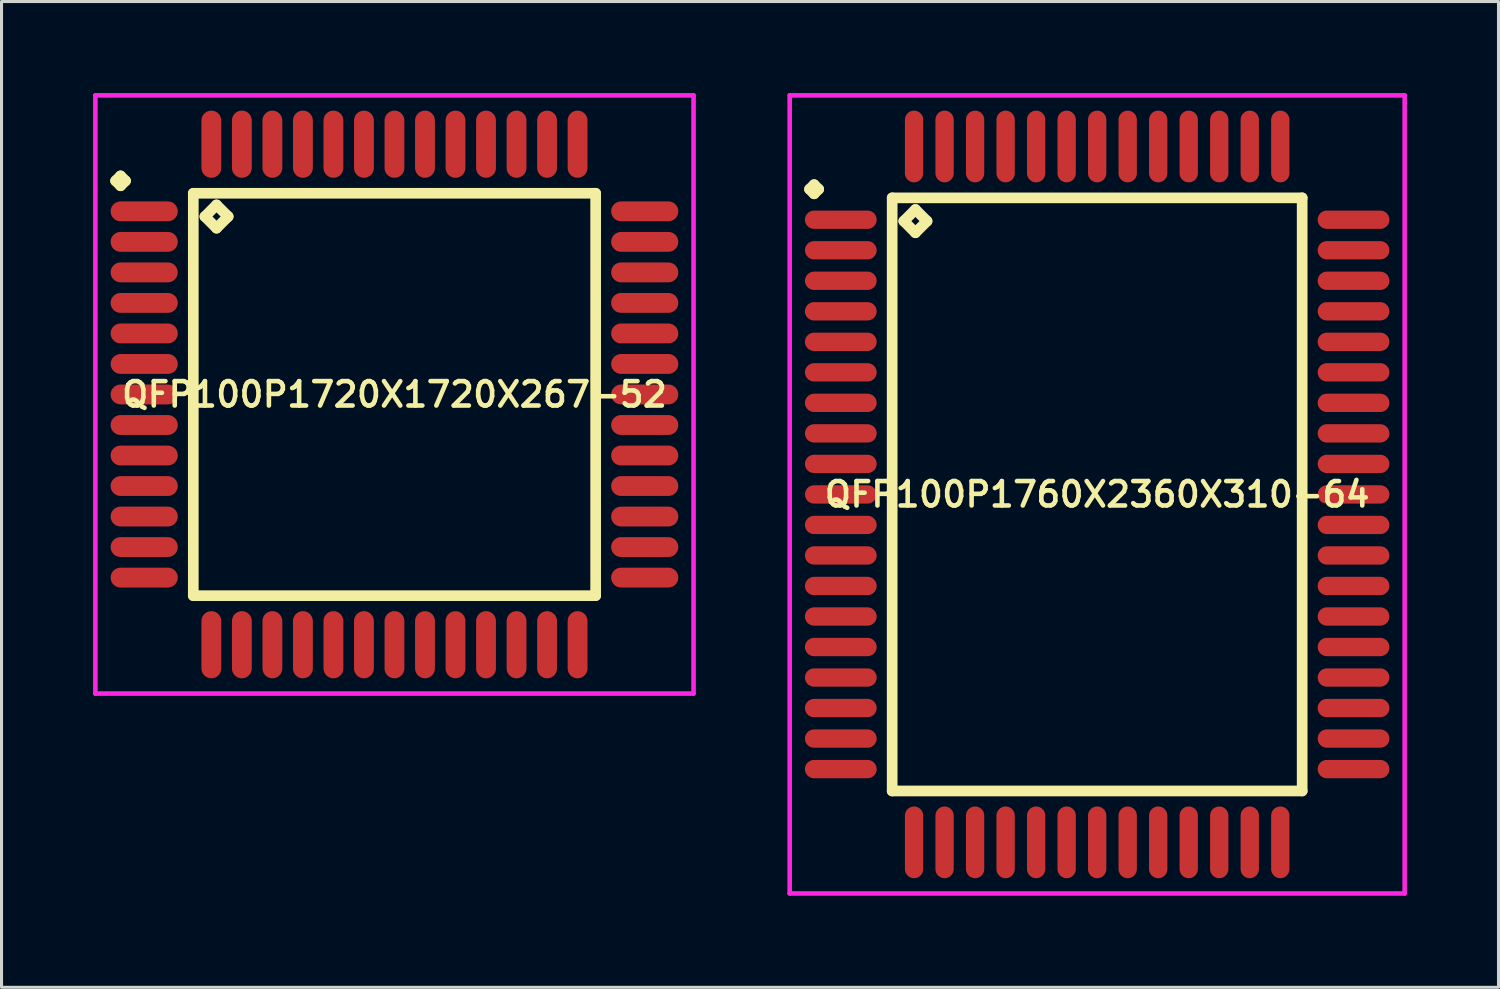
<source format=kicad_pcb>
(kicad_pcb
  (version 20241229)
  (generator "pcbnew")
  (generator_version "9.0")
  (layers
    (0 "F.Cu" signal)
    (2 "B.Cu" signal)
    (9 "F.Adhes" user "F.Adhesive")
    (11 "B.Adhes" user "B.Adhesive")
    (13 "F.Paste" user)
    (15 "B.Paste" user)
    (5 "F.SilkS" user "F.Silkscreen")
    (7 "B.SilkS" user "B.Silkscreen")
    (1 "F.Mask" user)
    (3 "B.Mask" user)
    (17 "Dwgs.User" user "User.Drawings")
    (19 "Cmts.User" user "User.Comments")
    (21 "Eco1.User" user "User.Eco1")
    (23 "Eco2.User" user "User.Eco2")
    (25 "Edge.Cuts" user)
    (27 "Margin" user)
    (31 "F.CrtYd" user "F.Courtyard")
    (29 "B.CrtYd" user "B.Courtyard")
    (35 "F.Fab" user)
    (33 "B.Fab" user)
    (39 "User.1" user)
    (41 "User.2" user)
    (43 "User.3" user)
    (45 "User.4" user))
  (footprint "QFP100P1720X1720X267-52"
    (layer "F.Cu")
    (at 9.875 9.875)
    (property "Reference" "QFP100P1720X1720X267-52" (at 0 0 0) (layer "F.SilkS") (effects (font (size 0.8 0.8) (thickness 0.15))))
    (attr smd)
    (fp_line (start -9.137 -7) (end -8.975 -7.162) (stroke (width 0.35) (type solid)) (layer "F.SilkS"))
    (fp_line (start -8.975 -7.162) (end -8.812 -7) (stroke (width 0.35) (type solid)) (layer "F.SilkS"))
    (fp_line (start -8.975 -6.838) (end -9.137 -7) (stroke (width 0.35) (type solid)) (layer "F.SilkS"))
    (fp_line (start -8.812 -7) (end -8.975 -6.838) (stroke (width 0.35) (type solid)) (layer "F.SilkS"))
    (fp_line (start -6.592 -6.592) (end -6.592 6.592) (stroke (width 0.35) (type solid)) (layer "F.SilkS"))
    (fp_line (start -6.592 6.592) (end 6.592 6.592) (stroke (width 0.35) (type solid)) (layer "F.SilkS"))
    (fp_line (start -6.211 -5.83) (end -5.83 -6.211) (stroke (width 0.35) (type solid)) (layer "F.SilkS"))
    (fp_line (start -5.83 -6.211) (end -5.449 -5.83) (stroke (width 0.35) (type solid)) (layer "F.SilkS"))
    (fp_line (start -5.83 -5.449) (end -6.211 -5.83) (stroke (width 0.35) (type solid)) (layer "F.SilkS"))
    (fp_line (start -5.449 -5.83) (end -5.83 -5.449) (stroke (width 0.35) (type solid)) (layer "F.SilkS"))
    (fp_line (start 6.592 -6.592) (end -6.592 -6.592) (stroke (width 0.35) (type solid)) (layer "F.SilkS"))
    (fp_line (start 6.592 6.592) (end 6.592 -6.592) (stroke (width 0.35) (type solid)) (layer "F.SilkS"))
    (fp_line (start -9.8 -9.8) (end 9.8 -9.8) (stroke (width 0.15) (type solid)) (layer "F.CrtYd"))
    (fp_line (start -9.8 9.8) (end -9.8 -9.8) (stroke (width 0.15) (type solid)) (layer "F.CrtYd"))
    (fp_line (start 9.8 -9.8) (end 9.8 9.8) (stroke (width 0.15) (type solid)) (layer "F.CrtYd"))
    (fp_line (start 9.8 9.8) (end -9.8 9.8) (stroke (width 0.15) (type solid)) (layer "F.CrtYd"))
    (pad "1" smd oval (at -8.2 -6) (size 2.2 0.65) (layers "F.Cu" "F.Mask" "F.Paste"))
    (pad "2" smd oval (at -8.2 -5) (size 2.2 0.65) (layers "F.Cu" "F.Mask" "F.Paste"))
    (pad "3" smd oval (at -8.2 -4) (size 2.2 0.65) (layers "F.Cu" "F.Mask" "F.Paste"))
    (pad "4" smd oval (at -8.2 -3) (size 2.2 0.65) (layers "F.Cu" "F.Mask" "F.Paste"))
    (pad "5" smd oval (at -8.2 -2) (size 2.2 0.65) (layers "F.Cu" "F.Mask" "F.Paste"))
    (pad "6" smd oval (at -8.2 -1) (size 2.2 0.65) (layers "F.Cu" "F.Mask" "F.Paste"))
    (pad "7" smd oval (at -8.2 0) (size 2.2 0.65) (layers "F.Cu" "F.Mask" "F.Paste"))
    (pad "8" smd oval (at -8.2 1) (size 2.2 0.65) (layers "F.Cu" "F.Mask" "F.Paste"))
    (pad "9" smd oval (at -8.2 2) (size 2.2 0.65) (layers "F.Cu" "F.Mask" "F.Paste"))
    (pad "10" smd oval (at -8.2 3) (size 2.2 0.65) (layers "F.Cu" "F.Mask" "F.Paste"))
    (pad "11" smd oval (at -8.2 4) (size 2.2 0.65) (layers "F.Cu" "F.Mask" "F.Paste"))
    (pad "12" smd oval (at -8.2 5) (size 2.2 0.65) (layers "F.Cu" "F.Mask" "F.Paste"))
    (pad "13" smd oval (at -8.2 6) (size 2.2 0.65) (layers "F.Cu" "F.Mask" "F.Paste"))
    (pad "14" smd oval (at -6 8.2) (size 0.65 2.2) (layers "F.Cu" "F.Mask" "F.Paste"))
    (pad "15" smd oval (at -5 8.2) (size 0.65 2.2) (layers "F.Cu" "F.Mask" "F.Paste"))
    (pad "16" smd oval (at -4 8.2) (size 0.65 2.2) (layers "F.Cu" "F.Mask" "F.Paste"))
    (pad "17" smd oval (at -3 8.2) (size 0.65 2.2) (layers "F.Cu" "F.Mask" "F.Paste"))
    (pad "18" smd oval (at -2 8.2) (size 0.65 2.2) (layers "F.Cu" "F.Mask" "F.Paste"))
    (pad "19" smd oval (at -1 8.2) (size 0.65 2.2) (layers "F.Cu" "F.Mask" "F.Paste"))
    (pad "20" smd oval (at 0 8.2) (size 0.65 2.2) (layers "F.Cu" "F.Mask" "F.Paste"))
    (pad "21" smd oval (at 1 8.2) (size 0.65 2.2) (layers "F.Cu" "F.Mask" "F.Paste"))
    (pad "22" smd oval (at 2 8.2) (size 0.65 2.2) (layers "F.Cu" "F.Mask" "F.Paste"))
    (pad "23" smd oval (at 3 8.2) (size 0.65 2.2) (layers "F.Cu" "F.Mask" "F.Paste"))
    (pad "24" smd oval (at 4 8.2) (size 0.65 2.2) (layers "F.Cu" "F.Mask" "F.Paste"))
    (pad "25" smd oval (at 5 8.2) (size 0.65 2.2) (layers "F.Cu" "F.Mask" "F.Paste"))
    (pad "26" smd oval (at 6 8.2) (size 0.65 2.2) (layers "F.Cu" "F.Mask" "F.Paste"))
    (pad "27" smd oval (at 8.2 6) (size 2.2 0.65) (layers "F.Cu" "F.Mask" "F.Paste"))
    (pad "28" smd oval (at 8.2 5) (size 2.2 0.65) (layers "F.Cu" "F.Mask" "F.Paste"))
    (pad "29" smd oval (at 8.2 4) (size 2.2 0.65) (layers "F.Cu" "F.Mask" "F.Paste"))
    (pad "30" smd oval (at 8.2 3) (size 2.2 0.65) (layers "F.Cu" "F.Mask" "F.Paste"))
    (pad "31" smd oval (at 8.2 2) (size 2.2 0.65) (layers "F.Cu" "F.Mask" "F.Paste"))
    (pad "32" smd oval (at 8.2 1) (size 2.2 0.65) (layers "F.Cu" "F.Mask" "F.Paste"))
    (pad "33" smd oval (at 8.2 0) (size 2.2 0.65) (layers "F.Cu" "F.Mask" "F.Paste"))
    (pad "34" smd oval (at 8.2 -1) (size 2.2 0.65) (layers "F.Cu" "F.Mask" "F.Paste"))
    (pad "35" smd oval (at 8.2 -2) (size 2.2 0.65) (layers "F.Cu" "F.Mask" "F.Paste"))
    (pad "36" smd oval (at 8.2 -3) (size 2.2 0.65) (layers "F.Cu" "F.Mask" "F.Paste"))
    (pad "37" smd oval (at 8.2 -4) (size 2.2 0.65) (layers "F.Cu" "F.Mask" "F.Paste"))
    (pad "38" smd oval (at 8.2 -5) (size 2.2 0.65) (layers "F.Cu" "F.Mask" "F.Paste"))
    (pad "39" smd oval (at 8.2 -6) (size 2.2 0.65) (layers "F.Cu" "F.Mask" "F.Paste"))
    (pad "40" smd oval (at 6 -8.2) (size 0.65 2.2) (layers "F.Cu" "F.Mask" "F.Paste"))
    (pad "41" smd oval (at 5 -8.2) (size 0.65 2.2) (layers "F.Cu" "F.Mask" "F.Paste"))
    (pad "42" smd oval (at 4 -8.2) (size 0.65 2.2) (layers "F.Cu" "F.Mask" "F.Paste"))
    (pad "43" smd oval (at 3 -8.2) (size 0.65 2.2) (layers "F.Cu" "F.Mask" "F.Paste"))
    (pad "44" smd oval (at 2 -8.2) (size 0.65 2.2) (layers "F.Cu" "F.Mask" "F.Paste"))
    (pad "45" smd oval (at 1 -8.2) (size 0.65 2.2) (layers "F.Cu" "F.Mask" "F.Paste"))
    (pad "46" smd oval (at 0 -8.2) (size 0.65 2.2) (layers "F.Cu" "F.Mask" "F.Paste"))
    (pad "47" smd oval (at -1 -8.2) (size 0.65 2.2) (layers "F.Cu" "F.Mask" "F.Paste"))
    (pad "48" smd oval (at -2 -8.2) (size 0.65 2.2) (layers "F.Cu" "F.Mask" "F.Paste"))
    (pad "49" smd oval (at -3 -8.2) (size 0.65 2.2) (layers "F.Cu" "F.Mask" "F.Paste"))
    (pad "50" smd oval (at -4 -8.2) (size 0.65 2.2) (layers "F.Cu" "F.Mask" "F.Paste"))
    (pad "51" smd oval (at -5 -8.2) (size 0.65 2.2) (layers "F.Cu" "F.Mask" "F.Paste"))
    (pad "52" smd oval (at -6 -8.2) (size 0.65 2.2) (layers "F.Cu" "F.Mask" "F.Paste")))
  (footprint "QFP100P1760X2360X310-64"
    (layer "F.Cu")
    (at 32.9 13.15)
    (property "Reference" "QFP100P1760X2360X310-64" (at 0 0 0) (layer "F.SilkS") (effects (font (size 0.8 0.8) (thickness 0.15))))
    (attr smd)
    (fp_line (start -9.425 -10) (end -9.275 -10.15) (stroke (width 0.35) (type solid)) (layer "F.SilkS"))
    (fp_line (start -9.275 -10.15) (end -9.125 -10) (stroke (width 0.35) (type solid)) (layer "F.SilkS"))
    (fp_line (start -9.275 -9.85) (end -9.425 -10) (stroke (width 0.35) (type solid)) (layer "F.SilkS"))
    (fp_line (start -9.125 -10) (end -9.275 -9.85) (stroke (width 0.35) (type solid)) (layer "F.SilkS"))
    (fp_line (start -6.717 -9.717) (end -6.717 9.717) (stroke (width 0.35) (type solid)) (layer "F.SilkS"))
    (fp_line (start -6.717 9.717) (end 6.717 9.717) (stroke (width 0.35) (type solid)) (layer "F.SilkS"))
    (fp_line (start -6.336 -8.955) (end -5.955 -9.336) (stroke (width 0.35) (type solid)) (layer "F.SilkS"))
    (fp_line (start -5.955 -9.336) (end -5.574 -8.955) (stroke (width 0.35) (type solid)) (layer "F.SilkS"))
    (fp_line (start -5.955 -8.574) (end -6.336 -8.955) (stroke (width 0.35) (type solid)) (layer "F.SilkS"))
    (fp_line (start -5.574 -8.955) (end -5.955 -8.574) (stroke (width 0.35) (type solid)) (layer "F.SilkS"))
    (fp_line (start 6.717 -9.717) (end -6.717 -9.717) (stroke (width 0.35) (type solid)) (layer "F.SilkS"))
    (fp_line (start 6.717 9.717) (end 6.717 -9.717) (stroke (width 0.35) (type solid)) (layer "F.SilkS"))
    (fp_line (start -10.075 -13.075) (end 10.075 -13.075) (stroke (width 0.15) (type solid)) (layer "F.CrtYd"))
    (fp_line (start -10.075 13.075) (end -10.075 -13.075) (stroke (width 0.15) (type solid)) (layer "F.CrtYd"))
    (fp_line (start 10.075 -13.075) (end 10.075 13.075) (stroke (width 0.15) (type solid)) (layer "F.CrtYd"))
    (fp_line (start 10.075 13.075) (end -10.075 13.075) (stroke (width 0.15) (type solid)) (layer "F.CrtYd"))
    (pad "1" smd oval (at -8.4 -9) (size 2.35 0.6) (layers "F.Cu" "F.Mask" "F.Paste"))
    (pad "2" smd oval (at -8.4 -8) (size 2.35 0.6) (layers "F.Cu" "F.Mask" "F.Paste"))
    (pad "3" smd oval (at -8.4 -7) (size 2.35 0.6) (layers "F.Cu" "F.Mask" "F.Paste"))
    (pad "4" smd oval (at -8.4 -6) (size 2.35 0.6) (layers "F.Cu" "F.Mask" "F.Paste"))
    (pad "5" smd oval (at -8.4 -5) (size 2.35 0.6) (layers "F.Cu" "F.Mask" "F.Paste"))
    (pad "6" smd oval (at -8.4 -4) (size 2.35 0.6) (layers "F.Cu" "F.Mask" "F.Paste"))
    (pad "7" smd oval (at -8.4 -3) (size 2.35 0.6) (layers "F.Cu" "F.Mask" "F.Paste"))
    (pad "8" smd oval (at -8.4 -2) (size 2.35 0.6) (layers "F.Cu" "F.Mask" "F.Paste"))
    (pad "9" smd oval (at -8.4 -1) (size 2.35 0.6) (layers "F.Cu" "F.Mask" "F.Paste"))
    (pad "10" smd oval (at -8.4 0) (size 2.35 0.6) (layers "F.Cu" "F.Mask" "F.Paste"))
    (pad "11" smd oval (at -8.4 1) (size 2.35 0.6) (layers "F.Cu" "F.Mask" "F.Paste"))
    (pad "12" smd oval (at -8.4 2) (size 2.35 0.6) (layers "F.Cu" "F.Mask" "F.Paste"))
    (pad "13" smd oval (at -8.4 3) (size 2.35 0.6) (layers "F.Cu" "F.Mask" "F.Paste"))
    (pad "14" smd oval (at -8.4 4) (size 2.35 0.6) (layers "F.Cu" "F.Mask" "F.Paste"))
    (pad "15" smd oval (at -8.4 5) (size 2.35 0.6) (layers "F.Cu" "F.Mask" "F.Paste"))
    (pad "16" smd oval (at -8.4 6) (size 2.35 0.6) (layers "F.Cu" "F.Mask" "F.Paste"))
    (pad "17" smd oval (at -8.4 7) (size 2.35 0.6) (layers "F.Cu" "F.Mask" "F.Paste"))
    (pad "18" smd oval (at -8.4 8) (size 2.35 0.6) (layers "F.Cu" "F.Mask" "F.Paste"))
    (pad "19" smd oval (at -8.4 9) (size 2.35 0.6) (layers "F.Cu" "F.Mask" "F.Paste"))
    (pad "20" smd oval (at -6 11.4) (size 0.6 2.35) (layers "F.Cu" "F.Mask" "F.Paste"))
    (pad "21" smd oval (at -5 11.4) (size 0.6 2.35) (layers "F.Cu" "F.Mask" "F.Paste"))
    (pad "22" smd oval (at -4 11.4) (size 0.6 2.35) (layers "F.Cu" "F.Mask" "F.Paste"))
    (pad "23" smd oval (at -3 11.4) (size 0.6 2.35) (layers "F.Cu" "F.Mask" "F.Paste"))
    (pad "24" smd oval (at -2 11.4) (size 0.6 2.35) (layers "F.Cu" "F.Mask" "F.Paste"))
    (pad "25" smd oval (at -1 11.4) (size 0.6 2.35) (layers "F.Cu" "F.Mask" "F.Paste"))
    (pad "26" smd oval (at 0 11.4) (size 0.6 2.35) (layers "F.Cu" "F.Mask" "F.Paste"))
    (pad "27" smd oval (at 1 11.4) (size 0.6 2.35) (layers "F.Cu" "F.Mask" "F.Paste"))
    (pad "28" smd oval (at 2 11.4) (size 0.6 2.35) (layers "F.Cu" "F.Mask" "F.Paste"))
    (pad "29" smd oval (at 3 11.4) (size 0.6 2.35) (layers "F.Cu" "F.Mask" "F.Paste"))
    (pad "30" smd oval (at 4 11.4) (size 0.6 2.35) (layers "F.Cu" "F.Mask" "F.Paste"))
    (pad "31" smd oval (at 5 11.4) (size 0.6 2.35) (layers "F.Cu" "F.Mask" "F.Paste"))
    (pad "32" smd oval (at 6 11.4) (size 0.6 2.35) (layers "F.Cu" "F.Mask" "F.Paste"))
    (pad "33" smd oval (at 8.4 9) (size 2.35 0.6) (layers "F.Cu" "F.Mask" "F.Paste"))
    (pad "34" smd oval (at 8.4 8) (size 2.35 0.6) (layers "F.Cu" "F.Mask" "F.Paste"))
    (pad "35" smd oval (at 8.4 7) (size 2.35 0.6) (layers "F.Cu" "F.Mask" "F.Paste"))
    (pad "36" smd oval (at 8.4 6) (size 2.35 0.6) (layers "F.Cu" "F.Mask" "F.Paste"))
    (pad "37" smd oval (at 8.4 5) (size 2.35 0.6) (layers "F.Cu" "F.Mask" "F.Paste"))
    (pad "38" smd oval (at 8.4 4) (size 2.35 0.6) (layers "F.Cu" "F.Mask" "F.Paste"))
    (pad "39" smd oval (at 8.4 3) (size 2.35 0.6) (layers "F.Cu" "F.Mask" "F.Paste"))
    (pad "40" smd oval (at 8.4 2) (size 2.35 0.6) (layers "F.Cu" "F.Mask" "F.Paste"))
    (pad "41" smd oval (at 8.4 1) (size 2.35 0.6) (layers "F.Cu" "F.Mask" "F.Paste"))
    (pad "42" smd oval (at 8.4 0) (size 2.35 0.6) (layers "F.Cu" "F.Mask" "F.Paste"))
    (pad "43" smd oval (at 8.4 -1) (size 2.35 0.6) (layers "F.Cu" "F.Mask" "F.Paste"))
    (pad "44" smd oval (at 8.4 -2) (size 2.35 0.6) (layers "F.Cu" "F.Mask" "F.Paste"))
    (pad "45" smd oval (at 8.4 -3) (size 2.35 0.6) (layers "F.Cu" "F.Mask" "F.Paste"))
    (pad "46" smd oval (at 8.4 -4) (size 2.35 0.6) (layers "F.Cu" "F.Mask" "F.Paste"))
    (pad "47" smd oval (at 8.4 -5) (size 2.35 0.6) (layers "F.Cu" "F.Mask" "F.Paste"))
    (pad "48" smd oval (at 8.4 -6) (size 2.35 0.6) (layers "F.Cu" "F.Mask" "F.Paste"))
    (pad "49" smd oval (at 8.4 -7) (size 2.35 0.6) (layers "F.Cu" "F.Mask" "F.Paste"))
    (pad "50" smd oval (at 8.4 -8) (size 2.35 0.6) (layers "F.Cu" "F.Mask" "F.Paste"))
    (pad "51" smd oval (at 8.4 -9) (size 2.35 0.6) (layers "F.Cu" "F.Mask" "F.Paste"))
    (pad "52" smd oval (at 6 -11.4) (size 0.6 2.35) (layers "F.Cu" "F.Mask" "F.Paste"))
    (pad "53" smd oval (at 5 -11.4) (size 0.6 2.35) (layers "F.Cu" "F.Mask" "F.Paste"))
    (pad "54" smd oval (at 4 -11.4) (size 0.6 2.35) (layers "F.Cu" "F.Mask" "F.Paste"))
    (pad "55" smd oval (at 3 -11.4) (size 0.6 2.35) (layers "F.Cu" "F.Mask" "F.Paste"))
    (pad "56" smd oval (at 2 -11.4) (size 0.6 2.35) (layers "F.Cu" "F.Mask" "F.Paste"))
    (pad "57" smd oval (at 1 -11.4) (size 0.6 2.35) (layers "F.Cu" "F.Mask" "F.Paste"))
    (pad "58" smd oval (at 0 -11.4) (size 0.6 2.35) (layers "F.Cu" "F.Mask" "F.Paste"))
    (pad "59" smd oval (at -1 -11.4) (size 0.6 2.35) (layers "F.Cu" "F.Mask" "F.Paste"))
    (pad "60" smd oval (at -2 -11.4) (size 0.6 2.35) (layers "F.Cu" "F.Mask" "F.Paste"))
    (pad "61" smd oval (at -3 -11.4) (size 0.6 2.35) (layers "F.Cu" "F.Mask" "F.Paste"))
    (pad "62" smd oval (at -4 -11.4) (size 0.6 2.35) (layers "F.Cu" "F.Mask" "F.Paste"))
    (pad "63" smd oval (at -5 -11.4) (size 0.6 2.35) (layers "F.Cu" "F.Mask" "F.Paste"))
    (pad "64" smd oval (at -6 -11.4) (size 0.6 2.35) (layers "F.Cu" "F.Mask" "F.Paste")))
  (gr_rect
    (start -3 -3)
    (end 46.05 29.3)
    (stroke (width 0.1) (type default))
    (fill no)
    (layer "Edge.Cuts")))
</source>
